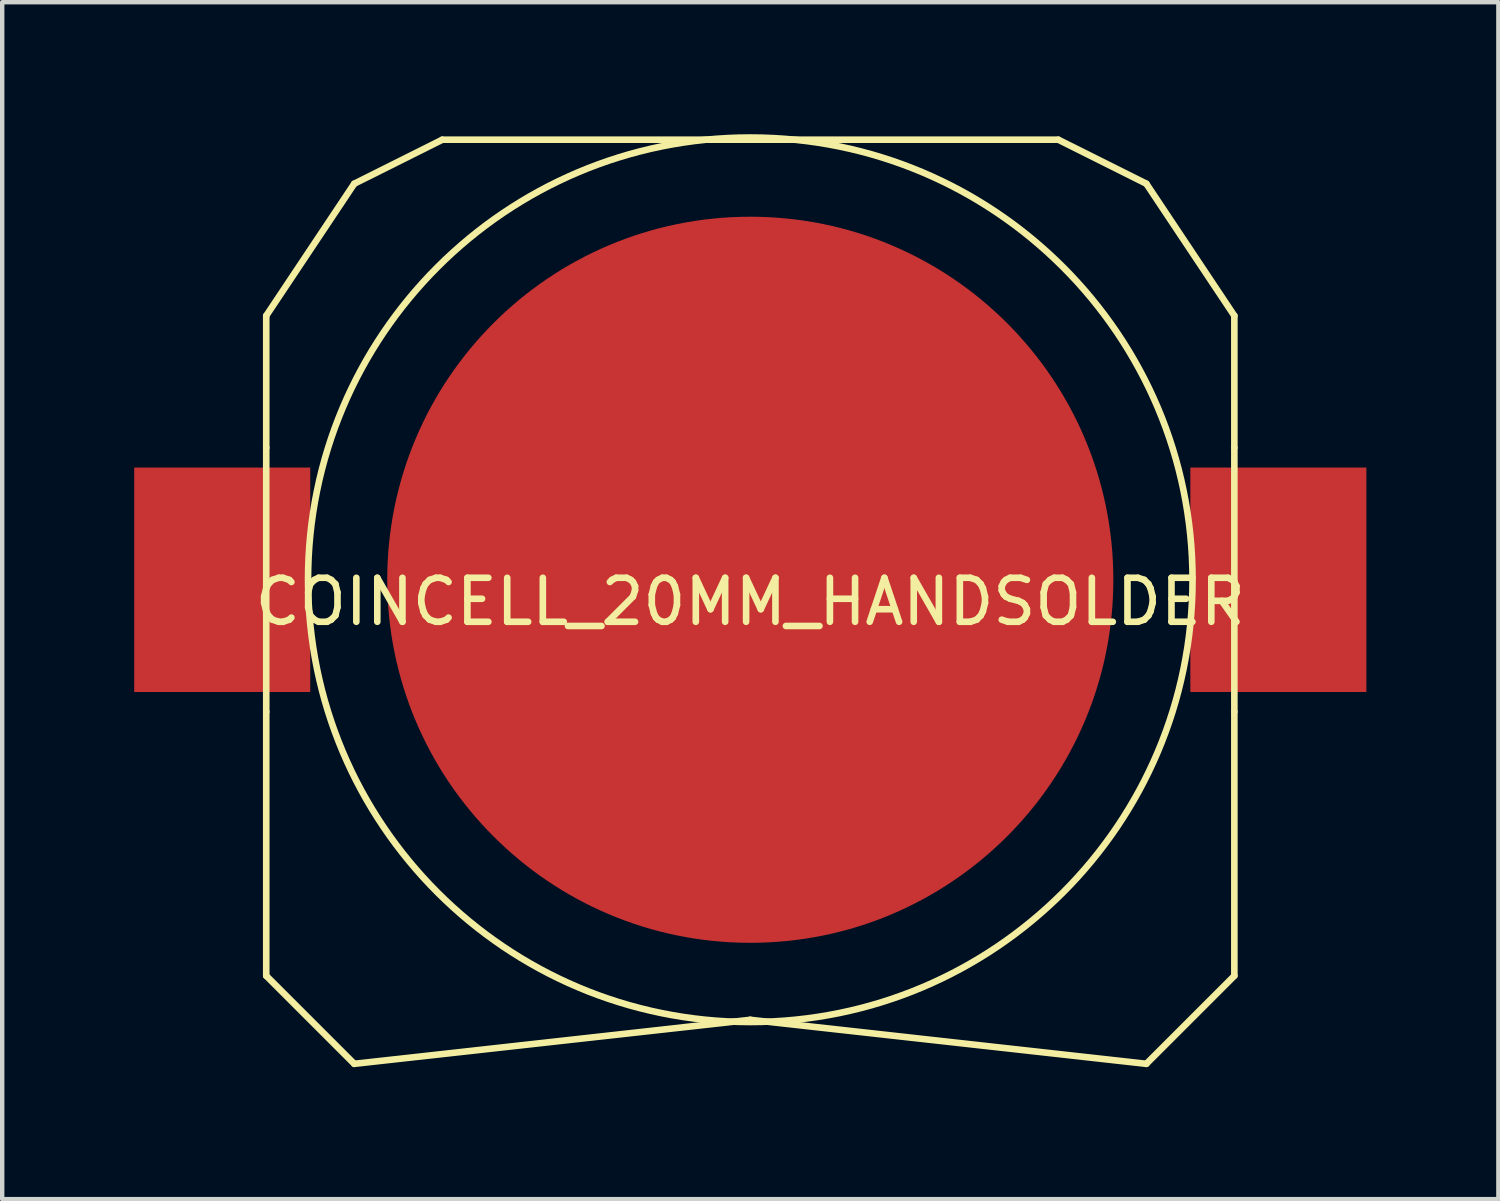
<source format=kicad_pcb>
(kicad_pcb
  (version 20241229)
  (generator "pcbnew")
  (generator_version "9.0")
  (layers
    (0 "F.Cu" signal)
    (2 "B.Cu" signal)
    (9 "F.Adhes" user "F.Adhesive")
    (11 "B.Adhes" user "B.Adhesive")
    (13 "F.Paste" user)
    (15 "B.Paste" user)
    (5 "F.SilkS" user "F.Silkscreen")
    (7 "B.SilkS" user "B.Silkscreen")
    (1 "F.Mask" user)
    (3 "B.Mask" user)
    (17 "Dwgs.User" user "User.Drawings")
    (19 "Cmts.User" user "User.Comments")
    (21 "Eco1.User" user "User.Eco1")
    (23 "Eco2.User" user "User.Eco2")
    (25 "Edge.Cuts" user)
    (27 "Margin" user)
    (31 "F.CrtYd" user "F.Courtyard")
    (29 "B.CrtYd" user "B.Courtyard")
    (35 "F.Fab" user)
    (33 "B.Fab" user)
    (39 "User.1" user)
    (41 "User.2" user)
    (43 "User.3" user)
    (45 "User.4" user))
  (footprint "COINCELL_20MM_HANDSOLDER"
    (layer "F.Cu")
    (at 14 10.125)
    (property "Reference" "COINCELL_20MM_HANDSOLDER" (at 0 0.5 0) (layer "F.SilkS") (effects (font (size 1 1) (thickness 0.15))))
    (attr through_hole)
    (fp_line (start -11 -6) (end -11 -3) (stroke (width 0.15) (type solid)) (layer "F.SilkS"))
    (fp_line (start -11 -6) (end -9 -9) (stroke (width 0.15) (type solid)) (layer "F.SilkS"))
    (fp_line (start -11 -3) (end -11 3) (stroke (width 0.15) (type solid)) (layer "F.SilkS"))
    (fp_line (start -11 3) (end -11 9) (stroke (width 0.15) (type solid)) (layer "F.SilkS"))
    (fp_line (start -11 9) (end -9 11) (stroke (width 0.15) (type solid)) (layer "F.SilkS"))
    (fp_line (start -9 -9) (end -7 -10) (stroke (width 0.15) (type solid)) (layer "F.SilkS"))
    (fp_line (start -9 11) (end 0 10) (stroke (width 0.15) (type solid)) (layer "F.SilkS"))
    (fp_line (start -7 -10) (end 7 -10) (stroke (width 0.15) (type solid)) (layer "F.SilkS"))
    (fp_line (start 0 10) (end 9 11) (stroke (width 0.15) (type solid)) (layer "F.SilkS"))
    (fp_line (start 7 -10) (end 9 -9) (stroke (width 0.15) (type solid)) (layer "F.SilkS"))
    (fp_line (start 9 -9) (end 11 -6) (stroke (width 0.15) (type solid)) (layer "F.SilkS"))
    (fp_line (start 9 11) (end 11 9) (stroke (width 0.15) (type solid)) (layer "F.SilkS"))
    (fp_line (start 11 -6) (end 11 -3) (stroke (width 0.15) (type solid)) (layer "F.SilkS"))
    (fp_line (start 11 3) (end 11 -3) (stroke (width 0.15) (type solid)) (layer "F.SilkS"))
    (fp_line (start 11 9) (end 11 3) (stroke (width 0.15) (type solid)) (layer "F.SilkS"))
    (fp_circle (center 0 0) (end -1 10) (stroke (width 0.15) (type solid)) (fill no) (layer "F.SilkS"))
    (pad "1" smd rect (at -12 0) (size 4 5.1) (layers "F.Cu" "F.Mask" "F.Paste"))
    (pad "1" smd rect (at 12 0) (size 4 5.1) (layers "F.Cu" "F.Mask" "F.Paste"))
    (pad "2" smd circle (at 0 0) (size 16.5 16.5) (layers "F.Cu" "F.Mask" "F.Paste")))
  (gr_rect
    (start -3 -3)
    (end 31 24.2)
    (stroke (width 0.1) (type default))
    (fill no)
    (layer "Edge.Cuts")))
</source>
